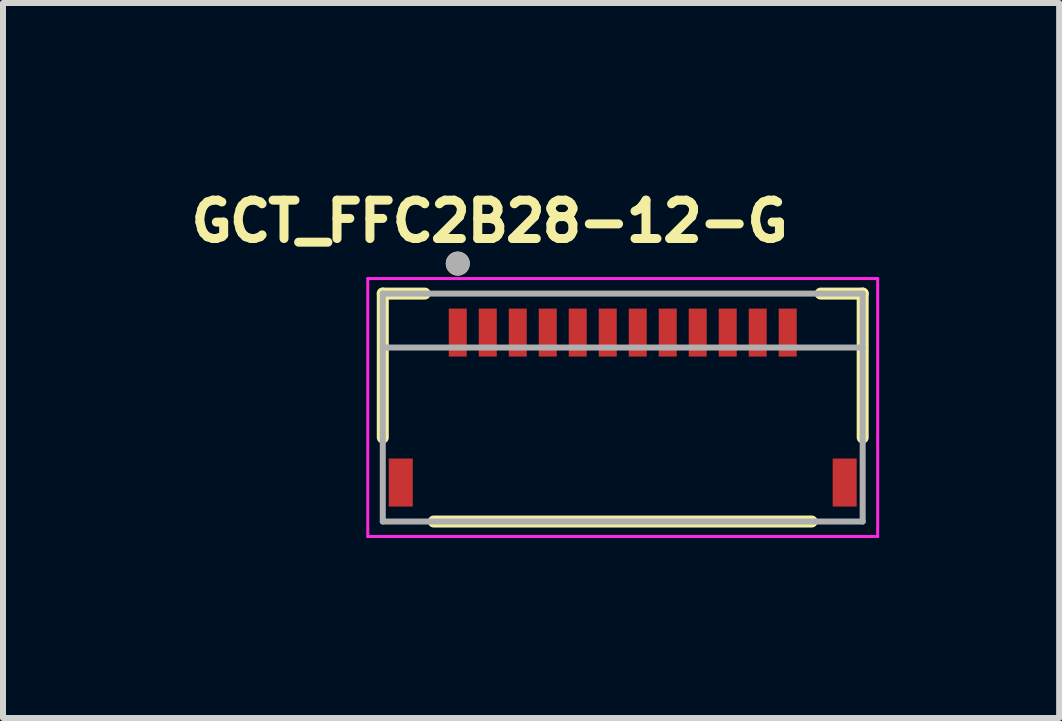
<source format=kicad_pcb>
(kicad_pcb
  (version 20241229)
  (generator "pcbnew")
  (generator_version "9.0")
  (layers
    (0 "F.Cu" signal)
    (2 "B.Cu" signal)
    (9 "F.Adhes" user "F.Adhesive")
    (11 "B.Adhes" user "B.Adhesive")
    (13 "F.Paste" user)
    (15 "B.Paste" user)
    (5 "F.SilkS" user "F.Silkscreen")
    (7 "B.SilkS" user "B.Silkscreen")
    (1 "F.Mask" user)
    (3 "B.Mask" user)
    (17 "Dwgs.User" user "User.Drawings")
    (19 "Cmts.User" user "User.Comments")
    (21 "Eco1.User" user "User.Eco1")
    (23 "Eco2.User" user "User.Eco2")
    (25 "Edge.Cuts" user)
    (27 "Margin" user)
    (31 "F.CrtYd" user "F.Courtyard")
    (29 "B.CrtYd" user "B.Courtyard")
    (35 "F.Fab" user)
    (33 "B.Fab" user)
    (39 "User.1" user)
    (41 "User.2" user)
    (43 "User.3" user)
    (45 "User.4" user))
  (footprint "GCT_FFC2B28-12-G"
    (layer "F.Cu")
    (at 7.331 3.744)
    (property "Reference" "GCT_FFC2B28-12-G" (at -2.218 -3.106 0) (layer "F.SilkS") (effects (font (size 0.64 0.64) (thickness 0.15))))
    (attr through_hole)
    (fp_line (start -4 -1.9) (end -3.3 -1.9) (stroke (width 0.2) (type solid)) (layer "F.SilkS"))
    (fp_line (start -4 0.5) (end -4 -1.9) (stroke (width 0.2) (type solid)) (layer "F.SilkS"))
    (fp_line (start -3.15 1.9) (end 3.15 1.9) (stroke (width 0.2) (type solid)) (layer "F.SilkS"))
    (fp_line (start 3.3 -1.9) (end 4 -1.9) (stroke (width 0.2) (type solid)) (layer "F.SilkS"))
    (fp_line (start 4 -1.9) (end 4 0.5) (stroke (width 0.2) (type solid)) (layer "F.SilkS"))
    (fp_circle (center -2.75 -2.4) (end -2.65 -2.4) (stroke (width 0.2) (type solid)) (fill no) (layer "F.SilkS"))
    (fp_line (start -4.25 -2.15) (end -4.25 2.15) (stroke (width 0.05) (type solid)) (layer "F.CrtYd"))
    (fp_line (start -4.25 2.15) (end 4.25 2.15) (stroke (width 0.05) (type solid)) (layer "F.CrtYd"))
    (fp_line (start 4.25 -2.15) (end -4.25 -2.15) (stroke (width 0.05) (type solid)) (layer "F.CrtYd"))
    (fp_line (start 4.25 2.15) (end 4.25 -2.15) (stroke (width 0.05) (type solid)) (layer "F.CrtYd"))
    (fp_line (start -4 -1.9) (end 4 -1.9) (stroke (width 0.1) (type solid)) (layer "F.Fab"))
    (fp_line (start -4 -1) (end -4 -1.9) (stroke (width 0.1) (type solid)) (layer "F.Fab"))
    (fp_line (start -4 -1) (end 4 -1) (stroke (width 0.1) (type solid)) (layer "F.Fab"))
    (fp_line (start -4 1.9) (end -4 -1) (stroke (width 0.1) (type solid)) (layer "F.Fab"))
    (fp_line (start 4 -1.9) (end 4 -1) (stroke (width 0.1) (type solid)) (layer "F.Fab"))
    (fp_line (start 4 -1) (end 4 1.9) (stroke (width 0.1) (type solid)) (layer "F.Fab"))
    (fp_line (start 4 1.9) (end -4 1.9) (stroke (width 0.1) (type solid)) (layer "F.Fab"))
    (fp_circle (center -2.75 -2.4) (end -2.65 -2.4) (stroke (width 0.2) (type solid)) (fill no) (layer "F.Fab"))
    (pad "1" smd rect (at -2.75 -1.25) (size 0.3 0.8) (layers "F.Cu" "F.Mask" "F.Paste"))
    (pad "2" smd rect (at -2.25 -1.25) (size 0.3 0.8) (layers "F.Cu" "F.Mask" "F.Paste"))
    (pad "3" smd rect (at -1.75 -1.25) (size 0.3 0.8) (layers "F.Cu" "F.Mask" "F.Paste"))
    (pad "4" smd rect (at -1.25 -1.25) (size 0.3 0.8) (layers "F.Cu" "F.Mask" "F.Paste"))
    (pad "5" smd rect (at -0.75 -1.25) (size 0.3 0.8) (layers "F.Cu" "F.Mask" "F.Paste"))
    (pad "6" smd rect (at -0.25 -1.25) (size 0.3 0.8) (layers "F.Cu" "F.Mask" "F.Paste"))
    (pad "7" smd rect (at 0.25 -1.25) (size 0.3 0.8) (layers "F.Cu" "F.Mask" "F.Paste"))
    (pad "8" smd rect (at 0.75 -1.25) (size 0.3 0.8) (layers "F.Cu" "F.Mask" "F.Paste"))
    (pad "9" smd rect (at 1.25 -1.25) (size 0.3 0.8) (layers "F.Cu" "F.Mask" "F.Paste"))
    (pad "10" smd rect (at 1.75 -1.25) (size 0.3 0.8) (layers "F.Cu" "F.Mask" "F.Paste"))
    (pad "11" smd rect (at 2.25 -1.25) (size 0.3 0.8) (layers "F.Cu" "F.Mask" "F.Paste"))
    (pad "12" smd rect (at 2.75 -1.25) (size 0.3 0.8) (layers "F.Cu" "F.Mask" "F.Paste"))
    (pad "S1" smd rect (at -3.7 1.25) (size 0.4 0.8) (layers "F.Cu" "F.Mask" "F.Paste"))
    (pad "S2" smd rect (at 3.7 1.25) (size 0.4 0.8) (layers "F.Cu" "F.Mask" "F.Paste")))
  (gr_rect
    (start -3 -3)
    (end 14.606 8.919)
    (stroke (width 0.1) (type default))
    (fill no)
    (layer "Edge.Cuts")))
</source>
